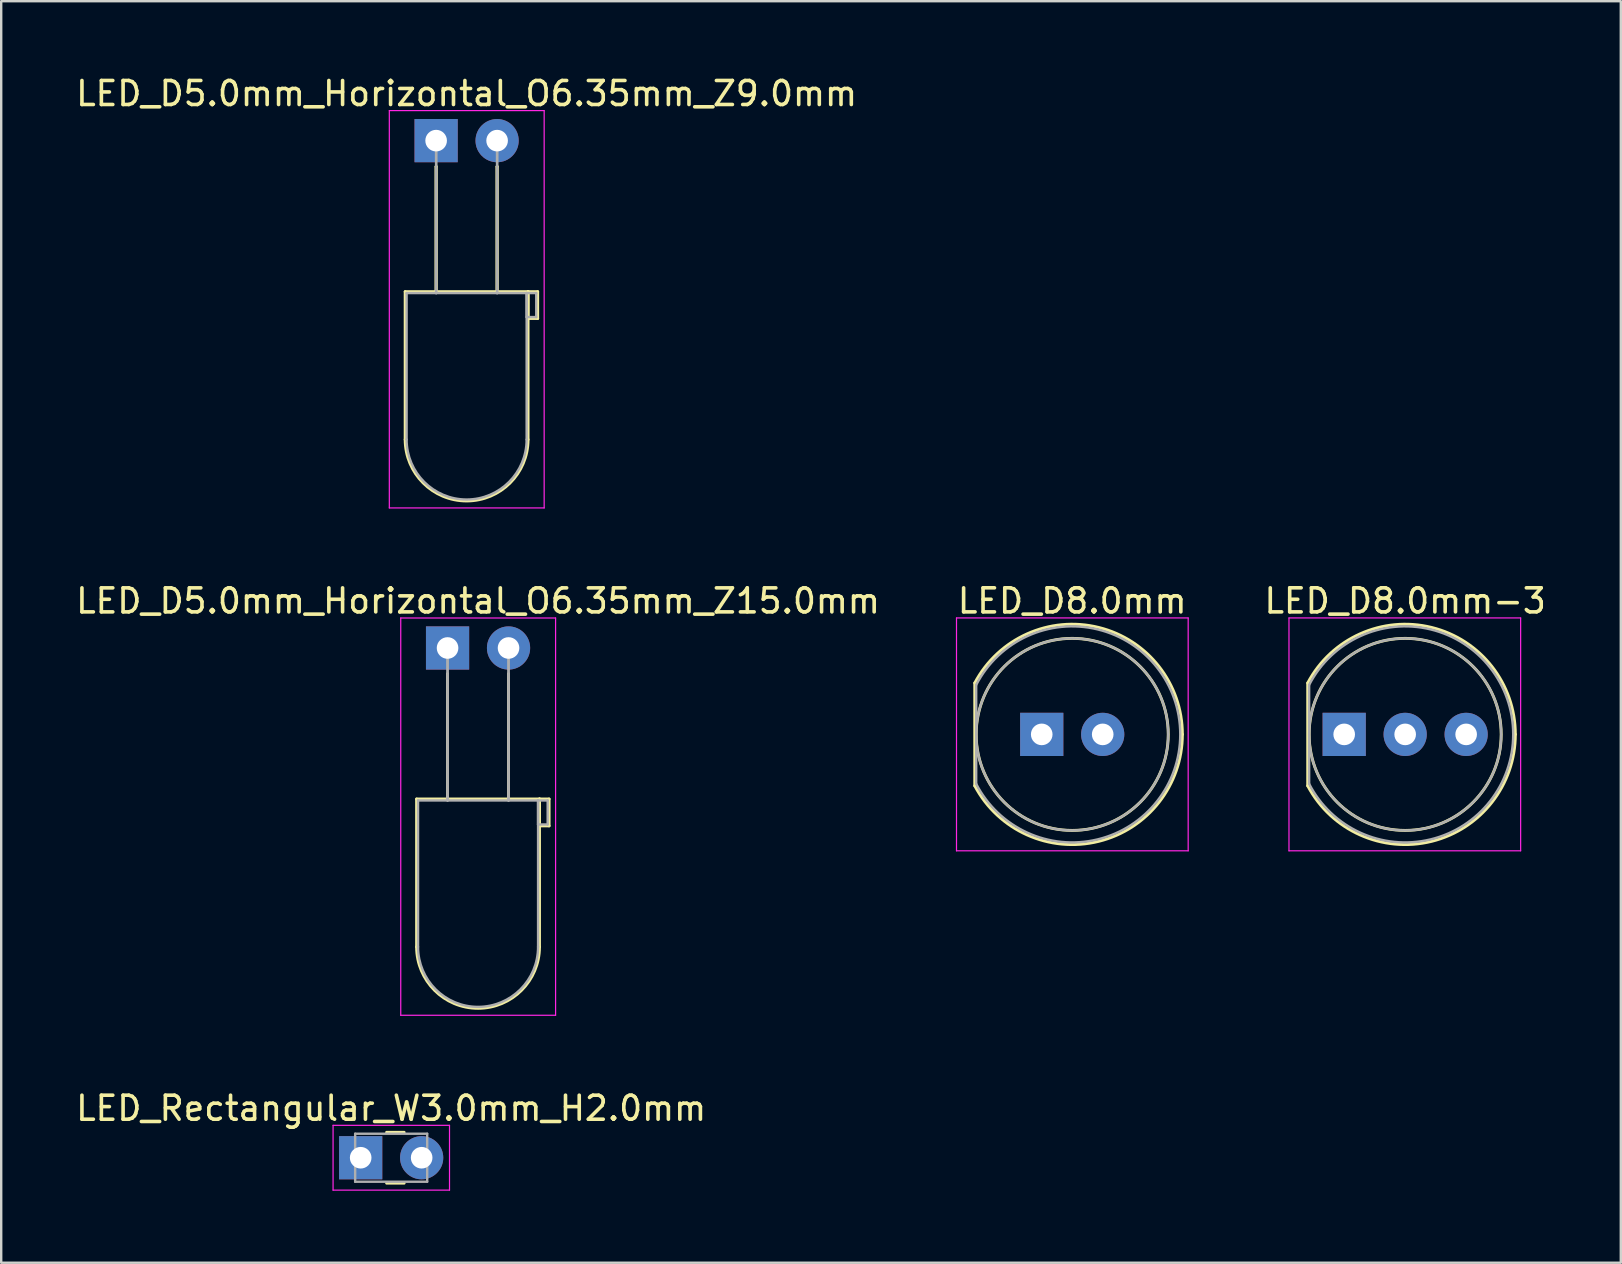
<source format=kicad_pcb>
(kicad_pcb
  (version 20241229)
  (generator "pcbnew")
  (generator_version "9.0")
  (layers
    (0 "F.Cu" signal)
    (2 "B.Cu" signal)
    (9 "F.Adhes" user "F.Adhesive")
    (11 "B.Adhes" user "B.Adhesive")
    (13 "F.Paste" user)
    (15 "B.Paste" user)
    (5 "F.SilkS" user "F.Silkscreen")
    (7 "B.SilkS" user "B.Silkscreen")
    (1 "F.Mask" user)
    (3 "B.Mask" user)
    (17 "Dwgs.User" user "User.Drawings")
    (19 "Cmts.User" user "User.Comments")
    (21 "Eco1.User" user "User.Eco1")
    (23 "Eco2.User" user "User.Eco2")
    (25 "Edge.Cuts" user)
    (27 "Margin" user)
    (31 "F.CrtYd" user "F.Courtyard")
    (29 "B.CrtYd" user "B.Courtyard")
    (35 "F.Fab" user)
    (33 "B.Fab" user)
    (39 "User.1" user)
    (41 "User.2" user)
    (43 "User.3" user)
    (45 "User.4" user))
  (footprint "LED_Rectangular_W3.0mm_H2.0mm"
    (layer "F.Cu")
    (at 11.974 45.175)
    (property "Reference" "LED_Rectangular_W3.0mm_H2.0mm" (at 1.27 -2.06 0) (layer "F.SilkS") (effects (font (size 1 1) (thickness 0.15))))
    (attr through_hole)
    (fp_line (start 1.08 -1.06) (end 1.811 -1.06) (stroke (width 0.12) (type solid)) (layer "F.SilkS"))
    (fp_line (start 1.08 1.06) (end 1.811 1.06) (stroke (width 0.12) (type solid)) (layer "F.SilkS"))
    (fp_line (start -1.15 -1.35) (end -1.15 1.35) (stroke (width 0.05) (type solid)) (layer "F.CrtYd"))
    (fp_line (start -1.15 1.35) (end 3.7 1.35) (stroke (width 0.05) (type solid)) (layer "F.CrtYd"))
    (fp_line (start 3.7 -1.35) (end -1.15 -1.35) (stroke (width 0.05) (type solid)) (layer "F.CrtYd"))
    (fp_line (start 3.7 1.35) (end 3.7 -1.35) (stroke (width 0.05) (type solid)) (layer "F.CrtYd"))
    (fp_line (start -0.23 -1) (end -0.23 1) (stroke (width 0.1) (type solid)) (layer "F.Fab"))
    (fp_line (start -0.23 1) (end 2.77 1) (stroke (width 0.1) (type solid)) (layer "F.Fab"))
    (fp_line (start 2.77 -1) (end -0.23 -1) (stroke (width 0.1) (type solid)) (layer "F.Fab"))
    (fp_line (start 2.77 1) (end 2.77 -1) (stroke (width 0.1) (type solid)) (layer "F.Fab"))
    (pad "1" thru_hole rect (at 0 0) (size 1.8 1.8) (drill 0.9) (layers "*.Cu" "*.Mask"))
    (pad "2" thru_hole circle (at 2.54 0) (size 1.8 1.8) (drill 0.9) (layers "*.Cu" "*.Mask")))
  (footprint "LED_D5.0mm_Horizontal_O6.35mm_Z15.0mm"
    (layer "F.Cu")
    (at 15.593 23.942)
    (property "Reference" "LED_D5.0mm_Horizontal_O6.35mm_Z15.0mm" (at 1.27 -1.96 0) (layer "F.SilkS") (effects (font (size 1 1) (thickness 0.15))))
    (attr through_hole)
    (fp_line (start -1.29 6.29) (end -1.29 12.45) (stroke (width 0.12) (type solid)) (layer "F.SilkS"))
    (fp_line (start -1.29 6.29) (end 3.83 6.29) (stroke (width 0.12) (type solid)) (layer "F.SilkS"))
    (fp_line (start 0 1.08) (end 0 1.08) (stroke (width 0.12) (type solid)) (layer "F.SilkS"))
    (fp_line (start 0 1.08) (end 0 6.29) (stroke (width 0.12) (type solid)) (layer "F.SilkS"))
    (fp_line (start 0 6.29) (end 0 1.08) (stroke (width 0.12) (type solid)) (layer "F.SilkS"))
    (fp_line (start 0 6.29) (end 0 6.29) (stroke (width 0.12) (type solid)) (layer "F.SilkS"))
    (fp_line (start 2.54 1.08) (end 2.54 1.08) (stroke (width 0.12) (type solid)) (layer "F.SilkS"))
    (fp_line (start 2.54 1.08) (end 2.54 6.29) (stroke (width 0.12) (type solid)) (layer "F.SilkS"))
    (fp_line (start 2.54 6.29) (end 2.54 1.08) (stroke (width 0.12) (type solid)) (layer "F.SilkS"))
    (fp_line (start 2.54 6.29) (end 2.54 6.29) (stroke (width 0.12) (type solid)) (layer "F.SilkS"))
    (fp_line (start 3.83 6.29) (end 3.83 12.45) (stroke (width 0.12) (type solid)) (layer "F.SilkS"))
    (fp_line (start 3.83 6.29) (end 4.23 6.29) (stroke (width 0.12) (type solid)) (layer "F.SilkS"))
    (fp_line (start 3.83 7.41) (end 3.83 6.29) (stroke (width 0.12) (type solid)) (layer "F.SilkS"))
    (fp_line (start 4.23 6.29) (end 4.23 7.41) (stroke (width 0.12) (type solid)) (layer "F.SilkS"))
    (fp_line (start 4.23 7.41) (end 3.83 7.41) (stroke (width 0.12) (type solid)) (layer "F.SilkS"))
    (fp_arc (start 3.83 12.45) (mid 1.27 15.01) (end -1.29 12.45) (stroke (width 0.12) (type solid)) (layer "F.SilkS"))
    (fp_line (start -1.95 -1.25) (end -1.95 15.3) (stroke (width 0.05) (type solid)) (layer "F.CrtYd"))
    (fp_line (start -1.95 15.3) (end 4.5 15.3) (stroke (width 0.05) (type solid)) (layer "F.CrtYd"))
    (fp_line (start 4.5 -1.25) (end -1.95 -1.25) (stroke (width 0.05) (type solid)) (layer "F.CrtYd"))
    (fp_line (start 4.5 15.3) (end 4.5 -1.25) (stroke (width 0.05) (type solid)) (layer "F.CrtYd"))
    (fp_line (start -1.23 6.35) (end -1.23 12.45) (stroke (width 0.1) (type solid)) (layer "F.Fab"))
    (fp_line (start -1.23 6.35) (end 3.77 6.35) (stroke (width 0.1) (type solid)) (layer "F.Fab"))
    (fp_line (start 0 0) (end 0 0) (stroke (width 0.1) (type solid)) (layer "F.Fab"))
    (fp_line (start 0 0) (end 0 6.35) (stroke (width 0.1) (type solid)) (layer "F.Fab"))
    (fp_line (start 0 6.35) (end 0 0) (stroke (width 0.1) (type solid)) (layer "F.Fab"))
    (fp_line (start 0 6.35) (end 0 6.35) (stroke (width 0.1) (type solid)) (layer "F.Fab"))
    (fp_line (start 2.54 0) (end 2.54 0) (stroke (width 0.1) (type solid)) (layer "F.Fab"))
    (fp_line (start 2.54 0) (end 2.54 6.35) (stroke (width 0.1) (type solid)) (layer "F.Fab"))
    (fp_line (start 2.54 6.35) (end 2.54 0) (stroke (width 0.1) (type solid)) (layer "F.Fab"))
    (fp_line (start 2.54 6.35) (end 2.54 6.35) (stroke (width 0.1) (type solid)) (layer "F.Fab"))
    (fp_line (start 3.77 6.35) (end 3.77 12.45) (stroke (width 0.1) (type solid)) (layer "F.Fab"))
    (fp_line (start 3.77 6.35) (end 4.17 6.35) (stroke (width 0.1) (type solid)) (layer "F.Fab"))
    (fp_line (start 3.77 7.35) (end 3.77 6.35) (stroke (width 0.1) (type solid)) (layer "F.Fab"))
    (fp_line (start 4.17 6.35) (end 4.17 7.35) (stroke (width 0.1) (type solid)) (layer "F.Fab"))
    (fp_line (start 4.17 7.35) (end 3.77 7.35) (stroke (width 0.1) (type solid)) (layer "F.Fab"))
    (fp_arc (start 3.77 12.45) (mid 1.27 14.95) (end -1.23 12.45) (stroke (width 0.1) (type solid)) (layer "F.Fab"))
    (pad "1" thru_hole rect (at 0 0) (size 1.8 1.8) (drill 0.9) (layers "*.Cu" "*.Mask"))
    (pad "2" thru_hole circle (at 2.54 0) (size 1.8 1.8) (drill 0.9) (layers "*.Cu" "*.Mask")))
  (footprint "LED_D8.0mm-3"
    (layer "F.Cu")
    (at 52.942 27.541)
    (property "Reference" "LED_D8.0mm-3" (at 2.54 -5.56 0) (layer "F.SilkS") (effects (font (size 1 1) (thickness 0.15))))
    (attr through_hole)
    (fp_line (start -1.52 -2.142) (end -1.52 2.142) (stroke (width 0.12) (type solid)) (layer "F.SilkS"))
    (fp_arc (start -1.52 -2.141145) (mid 3.643119 -4.455472) (end 7.13 0.000486) (stroke (width 0.12) (type solid)) (layer "F.SilkS"))
    (fp_arc (start 7.13 -0.000486) (mid 3.643119 4.455472) (end -1.52 2.141145) (stroke (width 0.12) (type solid)) (layer "F.SilkS"))
    (fp_circle (center 2.54 0) (end 6.54 0) (stroke (width 0.12) (type solid)) (fill no) (layer "F.SilkS"))
    (fp_line (start -2.3 -4.85) (end -2.3 4.85) (stroke (width 0.05) (type solid)) (layer "F.CrtYd"))
    (fp_line (start -2.3 4.85) (end 7.35 4.85) (stroke (width 0.05) (type solid)) (layer "F.CrtYd"))
    (fp_line (start 7.35 -4.85) (end -2.3 -4.85) (stroke (width 0.05) (type solid)) (layer "F.CrtYd"))
    (fp_line (start 7.35 4.85) (end 7.35 -4.85) (stroke (width 0.05) (type solid)) (layer "F.CrtYd"))
    (fp_line (start -1.46 -2.062) (end -1.46 2.062) (stroke (width 0.1) (type solid)) (layer "F.Fab"))
    (fp_arc (start -1.46 -2.061553) (mid 7.04 0.00126) (end -1.461154 2.059312) (stroke (width 0.1) (type solid)) (layer "F.Fab"))
    (fp_circle (center 2.54 0) (end 6.54 0) (stroke (width 0.1) (type solid)) (fill no) (layer "F.Fab"))
    (pad "1" thru_hole rect (at 0 0) (size 1.8 1.8) (drill 0.9) (layers "*.Cu" "*.Mask"))
    (pad "2" thru_hole circle (at 2.54 0) (size 1.8 1.8) (drill 0.9) (layers "*.Cu" "*.Mask"))
    (pad "3" thru_hole circle (at 5.08 0) (size 1.8 1.8) (drill 0.9) (layers "*.Cu" "*.Mask")))
  (footprint "LED_D8.0mm"
    (layer "F.Cu")
    (at 40.343 27.541)
    (property "Reference" "LED_D8.0mm" (at 1.27 -5.56 0) (layer "F.SilkS") (effects (font (size 1 1) (thickness 0.15))))
    (attr through_hole)
    (fp_line (start -2.79 -2.142) (end -2.79 2.142) (stroke (width 0.12) (type solid)) (layer "F.SilkS"))
    (fp_arc (start -2.79 -2.141145) (mid 2.373119 -4.455472) (end 5.86 0.000486) (stroke (width 0.12) (type solid)) (layer "F.SilkS"))
    (fp_arc (start 5.86 -0.000486) (mid 2.373119 4.455472) (end -2.79 2.141145) (stroke (width 0.12) (type solid)) (layer "F.SilkS"))
    (fp_circle (center 1.27 0) (end 5.27 0) (stroke (width 0.12) (type solid)) (fill no) (layer "F.SilkS"))
    (fp_line (start -3.55 -4.85) (end -3.55 4.85) (stroke (width 0.05) (type solid)) (layer "F.CrtYd"))
    (fp_line (start -3.55 4.85) (end 6.1 4.85) (stroke (width 0.05) (type solid)) (layer "F.CrtYd"))
    (fp_line (start 6.1 -4.85) (end -3.55 -4.85) (stroke (width 0.05) (type solid)) (layer "F.CrtYd"))
    (fp_line (start 6.1 4.85) (end 6.1 -4.85) (stroke (width 0.05) (type solid)) (layer "F.CrtYd"))
    (fp_line (start -2.73 -2.062) (end -2.73 2.062) (stroke (width 0.1) (type solid)) (layer "F.Fab"))
    (fp_arc (start -2.73 -2.061553) (mid 5.77 0.00126) (end -2.731154 2.059312) (stroke (width 0.1) (type solid)) (layer "F.Fab"))
    (fp_circle (center 1.27 0) (end 5.27 0) (stroke (width 0.1) (type solid)) (fill no) (layer "F.Fab"))
    (pad "1" thru_hole rect (at 0 0) (size 1.8 1.8) (drill 0.9) (layers "*.Cu" "*.Mask"))
    (pad "2" thru_hole circle (at 2.54 0) (size 1.8 1.8) (drill 0.9) (layers "*.Cu" "*.Mask")))
  (footprint "LED_D5.0mm_Horizontal_O6.35mm_Z9.0mm"
    (layer "F.Cu")
    (at 15.117 2.808)
    (property "Reference" "LED_D5.0mm_Horizontal_O6.35mm_Z9.0mm" (at 1.27 -1.96 0) (layer "F.SilkS") (effects (font (size 1 1) (thickness 0.15))))
    (attr through_hole)
    (fp_line (start -1.29 6.29) (end -1.29 12.45) (stroke (width 0.12) (type solid)) (layer "F.SilkS"))
    (fp_line (start -1.29 6.29) (end 3.83 6.29) (stroke (width 0.12) (type solid)) (layer "F.SilkS"))
    (fp_line (start 0 1.08) (end 0 1.08) (stroke (width 0.12) (type solid)) (layer "F.SilkS"))
    (fp_line (start 0 1.08) (end 0 6.29) (stroke (width 0.12) (type solid)) (layer "F.SilkS"))
    (fp_line (start 0 6.29) (end 0 1.08) (stroke (width 0.12) (type solid)) (layer "F.SilkS"))
    (fp_line (start 0 6.29) (end 0 6.29) (stroke (width 0.12) (type solid)) (layer "F.SilkS"))
    (fp_line (start 2.54 1.08) (end 2.54 1.08) (stroke (width 0.12) (type solid)) (layer "F.SilkS"))
    (fp_line (start 2.54 1.08) (end 2.54 6.29) (stroke (width 0.12) (type solid)) (layer "F.SilkS"))
    (fp_line (start 2.54 6.29) (end 2.54 1.08) (stroke (width 0.12) (type solid)) (layer "F.SilkS"))
    (fp_line (start 2.54 6.29) (end 2.54 6.29) (stroke (width 0.12) (type solid)) (layer "F.SilkS"))
    (fp_line (start 3.83 6.29) (end 3.83 12.45) (stroke (width 0.12) (type solid)) (layer "F.SilkS"))
    (fp_line (start 3.83 6.29) (end 4.23 6.29) (stroke (width 0.12) (type solid)) (layer "F.SilkS"))
    (fp_line (start 3.83 7.41) (end 3.83 6.29) (stroke (width 0.12) (type solid)) (layer "F.SilkS"))
    (fp_line (start 4.23 6.29) (end 4.23 7.41) (stroke (width 0.12) (type solid)) (layer "F.SilkS"))
    (fp_line (start 4.23 7.41) (end 3.83 7.41) (stroke (width 0.12) (type solid)) (layer "F.SilkS"))
    (fp_arc (start 3.83 12.45) (mid 1.27 15.01) (end -1.29 12.45) (stroke (width 0.12) (type solid)) (layer "F.SilkS"))
    (fp_line (start -1.95 -1.25) (end -1.95 15.3) (stroke (width 0.05) (type solid)) (layer "F.CrtYd"))
    (fp_line (start -1.95 15.3) (end 4.5 15.3) (stroke (width 0.05) (type solid)) (layer "F.CrtYd"))
    (fp_line (start 4.5 -1.25) (end -1.95 -1.25) (stroke (width 0.05) (type solid)) (layer "F.CrtYd"))
    (fp_line (start 4.5 15.3) (end 4.5 -1.25) (stroke (width 0.05) (type solid)) (layer "F.CrtYd"))
    (fp_line (start -1.23 6.35) (end -1.23 12.45) (stroke (width 0.1) (type solid)) (layer "F.Fab"))
    (fp_line (start -1.23 6.35) (end 3.77 6.35) (stroke (width 0.1) (type solid)) (layer "F.Fab"))
    (fp_line (start 0 0) (end 0 0) (stroke (width 0.1) (type solid)) (layer "F.Fab"))
    (fp_line (start 0 0) (end 0 6.35) (stroke (width 0.1) (type solid)) (layer "F.Fab"))
    (fp_line (start 0 6.35) (end 0 0) (stroke (width 0.1) (type solid)) (layer "F.Fab"))
    (fp_line (start 0 6.35) (end 0 6.35) (stroke (width 0.1) (type solid)) (layer "F.Fab"))
    (fp_line (start 2.54 0) (end 2.54 0) (stroke (width 0.1) (type solid)) (layer "F.Fab"))
    (fp_line (start 2.54 0) (end 2.54 6.35) (stroke (width 0.1) (type solid)) (layer "F.Fab"))
    (fp_line (start 2.54 6.35) (end 2.54 0) (stroke (width 0.1) (type solid)) (layer "F.Fab"))
    (fp_line (start 2.54 6.35) (end 2.54 6.35) (stroke (width 0.1) (type solid)) (layer "F.Fab"))
    (fp_line (start 3.77 6.35) (end 3.77 12.45) (stroke (width 0.1) (type solid)) (layer "F.Fab"))
    (fp_line (start 3.77 6.35) (end 4.17 6.35) (stroke (width 0.1) (type solid)) (layer "F.Fab"))
    (fp_line (start 3.77 7.35) (end 3.77 6.35) (stroke (width 0.1) (type solid)) (layer "F.Fab"))
    (fp_line (start 4.17 6.35) (end 4.17 7.35) (stroke (width 0.1) (type solid)) (layer "F.Fab"))
    (fp_line (start 4.17 7.35) (end 3.77 7.35) (stroke (width 0.1) (type solid)) (layer "F.Fab"))
    (fp_arc (start 3.77 12.45) (mid 1.27 14.95) (end -1.23 12.45) (stroke (width 0.1) (type solid)) (layer "F.Fab"))
    (pad "1" thru_hole rect (at 0 0) (size 1.8 1.8) (drill 0.9) (layers "*.Cu" "*.Mask"))
    (pad "2" thru_hole circle (at 2.54 0) (size 1.8 1.8) (drill 0.9) (layers "*.Cu" "*.Mask")))
  (gr_rect
    (start -3 -3)
    (end 64.464 49.55)
    (stroke (width 0.1) (type default))
    (fill no)
    (layer "Edge.Cuts")))
</source>
